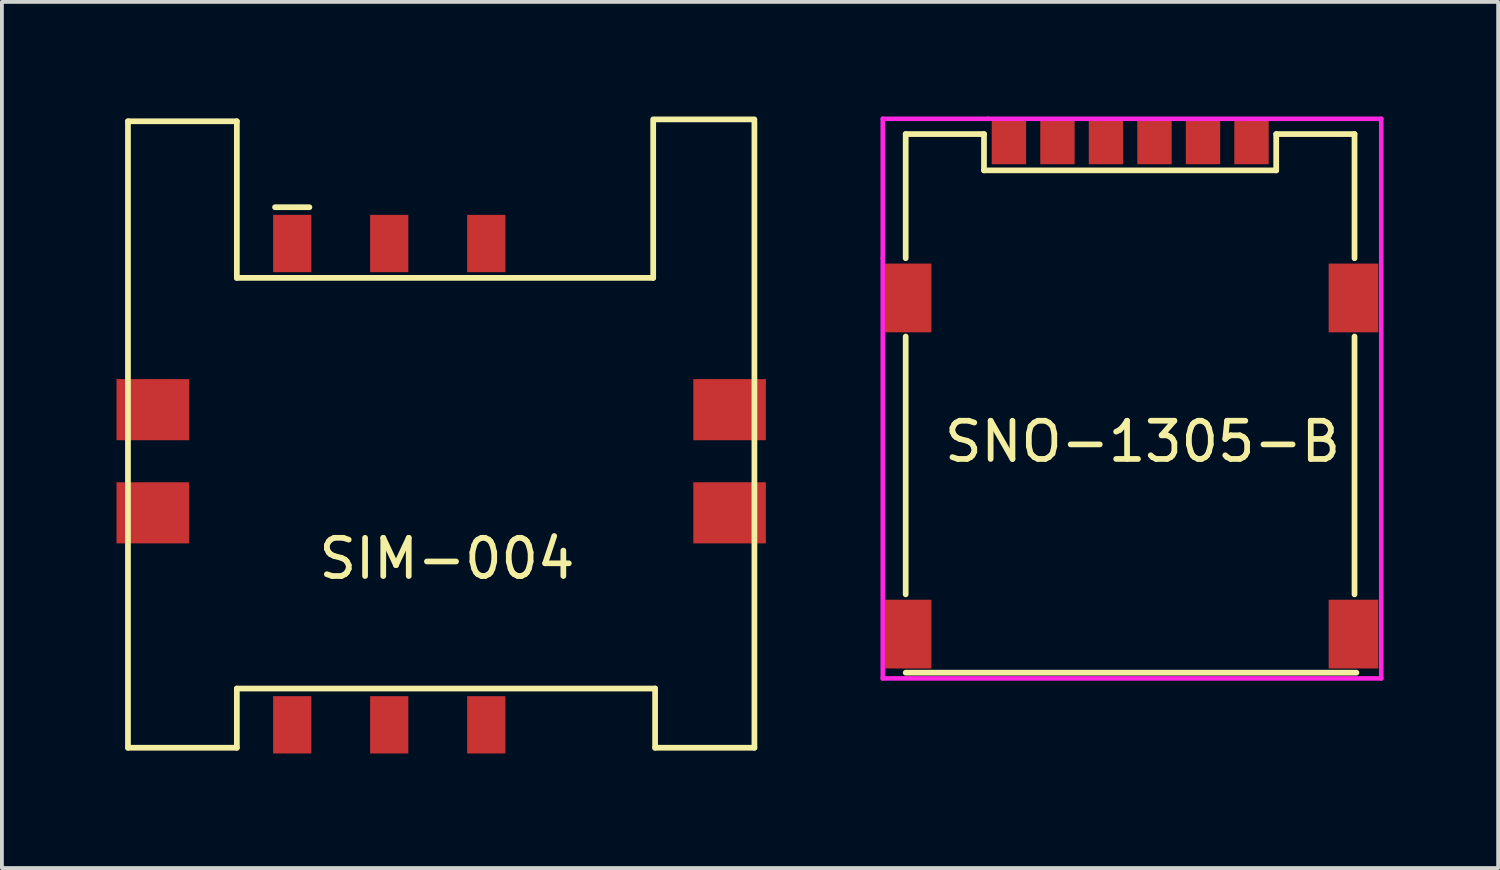
<source format=kicad_pcb>
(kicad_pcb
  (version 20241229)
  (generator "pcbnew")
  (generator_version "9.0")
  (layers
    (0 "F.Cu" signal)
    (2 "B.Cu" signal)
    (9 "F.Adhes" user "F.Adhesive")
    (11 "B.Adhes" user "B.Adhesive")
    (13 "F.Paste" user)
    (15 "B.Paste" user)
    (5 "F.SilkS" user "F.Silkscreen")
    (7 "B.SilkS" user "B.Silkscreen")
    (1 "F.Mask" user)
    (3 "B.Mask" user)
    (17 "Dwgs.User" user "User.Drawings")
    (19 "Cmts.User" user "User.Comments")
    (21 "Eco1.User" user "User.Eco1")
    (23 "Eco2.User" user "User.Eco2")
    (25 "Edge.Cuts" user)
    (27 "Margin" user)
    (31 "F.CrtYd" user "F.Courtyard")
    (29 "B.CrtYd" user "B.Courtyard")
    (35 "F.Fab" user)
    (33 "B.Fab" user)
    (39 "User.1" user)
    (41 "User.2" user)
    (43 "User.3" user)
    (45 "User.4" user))
  (footprint "SNO-1305-B"
    (layer "F.Cu")
    (at 26.51 7.96)
    (property "Reference" "SNO-1305-B" (at 0.35 0.55 0) (layer "F.SilkS") (effects (font (size 1 1) (thickness 0.15))))
    (attr through_hole)
    (fp_line (start -5.85 -7.5) (end -5.85 -4.25) (stroke (width 0.15) (type solid)) (layer "F.SilkS"))
    (fp_line (start -5.85 -2.2) (end -5.85 4.55) (stroke (width 0.15) (type solid)) (layer "F.SilkS"))
    (fp_line (start -3.8 -7.5) (end -5.85 -7.5) (stroke (width 0.15) (type solid)) (layer "F.SilkS"))
    (fp_line (start -3.8 -6.55) (end -3.8 -7.5) (stroke (width 0.15) (type solid)) (layer "F.SilkS"))
    (fp_line (start 3.85 -7.5) (end 3.85 -6.55) (stroke (width 0.15) (type solid)) (layer "F.SilkS"))
    (fp_line (start 3.85 -6.55) (end -3.8 -6.55) (stroke (width 0.15) (type solid)) (layer "F.SilkS"))
    (fp_line (start 5.9 -7.5) (end 3.85 -7.5) (stroke (width 0.15) (type solid)) (layer "F.SilkS"))
    (fp_line (start 5.9 -7.5) (end 5.9 -4.25) (stroke (width 0.15) (type solid)) (layer "F.SilkS"))
    (fp_line (start 5.9 -2.2) (end 5.9 4.55) (stroke (width 0.15) (type solid)) (layer "F.SilkS"))
    (fp_line (start 5.95 6.6) (end -5.85 6.6) (stroke (width 0.15) (type solid)) (layer "F.SilkS"))
    (fp_line (start -6.45 -7.9) (end -6.45 -4.25) (stroke (width 0.12) (type solid)) (layer "F.CrtYd"))
    (fp_line (start -6.45 -4.25) (end -6.45 6.75) (stroke (width 0.12) (type solid)) (layer "F.CrtYd"))
    (fp_line (start -6.45 6.75) (end 6.6 6.75) (stroke (width 0.12) (type solid)) (layer "F.CrtYd"))
    (fp_line (start -3.7 -7.9) (end -6.45 -7.9) (stroke (width 0.12) (type solid)) (layer "F.CrtYd"))
    (fp_line (start 6.6 -7.9) (end -3.7 -7.9) (stroke (width 0.12) (type solid)) (layer "F.CrtYd"))
    (fp_line (start 6.6 6.75) (end 6.6 -7.9) (stroke (width 0.12) (type solid)) (layer "F.CrtYd"))
    (pad "" smd rect (at -5.827 -3.21) (size 1.3 1.8) (layers "F.Cu" "F.Mask" "F.Paste"))
    (pad "" smd rect (at -5.827 5.59) (size 1.3 1.8) (layers "F.Cu" "F.Mask" "F.Paste"))
    (pad "" smd rect (at 5.873 -3.21) (size 1.3 1.8) (layers "F.Cu" "F.Mask" "F.Paste"))
    (pad "" smd rect (at 5.873 5.59) (size 1.3 1.8) (layers "F.Cu" "F.Mask" "F.Paste"))
    (pad "1" smd rect (at -3.147 -7.31) (size 0.9 1.2) (layers "F.Cu" "F.Mask" "F.Paste"))
    (pad "2" smd rect (at -0.607 -7.31) (size 0.9 1.2) (layers "F.Cu" "F.Mask" "F.Paste"))
    (pad "3" smd rect (at 1.933 -7.31) (size 0.9 1.2) (layers "F.Cu" "F.Mask" "F.Paste"))
    (pad "5" smd rect (at -1.877 -7.31) (size 0.9 1.2) (layers "F.Cu" "F.Mask" "F.Paste"))
    (pad "6" smd rect (at 0.663 -7.31) (size 0.9 1.2) (layers "F.Cu" "F.Mask" "F.Paste"))
    (pad "7" smd rect (at 3.203 -7.31) (size 0.9 1.2) (layers "F.Cu" "F.Mask" "F.Paste")))
  (footprint "SIM-004"
    (layer "F.Cu")
    (at 8.35 9.025)
    (property "Reference" "SIM-004" (at 0.3 2.55 0) (layer "F.SilkS") (effects (font (size 1 1) (thickness 0.15))))
    (attr through_hole)
    (fp_line (start -8.05 -8.9) (end -8.05 7.5) (stroke (width 0.15) (type solid)) (layer "F.SilkS"))
    (fp_line (start -8.05 7.5) (end -5.2 7.5) (stroke (width 0.15) (type solid)) (layer "F.SilkS"))
    (fp_line (start -5.2 -8.9) (end -8.05 -8.9) (stroke (width 0.15) (type solid)) (layer "F.SilkS"))
    (fp_line (start -5.2 -8.9) (end -5.2 -4.8) (stroke (width 0.15) (type solid)) (layer "F.SilkS"))
    (fp_line (start -5.2 -4.8) (end 5.7 -4.8) (stroke (width 0.15) (type solid)) (layer "F.SilkS"))
    (fp_line (start -5.2 5.95) (end 5.75 5.95) (stroke (width 0.15) (type solid)) (layer "F.SilkS"))
    (fp_line (start -5.2 7.5) (end -5.2 5.95) (stroke (width 0.15) (type solid)) (layer "F.SilkS"))
    (fp_line (start -4.2 -6.65) (end -3.3 -6.65) (stroke (width 0.15) (type solid)) (layer "F.SilkS"))
    (fp_line (start 5.7 -4.8) (end 5.7 -8.9) (stroke (width 0.15) (type solid)) (layer "F.SilkS"))
    (fp_line (start 5.75 5.95) (end 5.75 7.5) (stroke (width 0.15) (type solid)) (layer "F.SilkS"))
    (fp_line (start 8.35 -8.95) (end 5.7 -8.95) (stroke (width 0.15) (type solid)) (layer "F.SilkS"))
    (fp_line (start 8.35 7.5) (end 5.75 7.5) (stroke (width 0.15) (type solid)) (layer "F.SilkS"))
    (fp_line (start 8.35 7.5) (end 8.35 -8.9) (stroke (width 0.15) (type solid)) (layer "F.SilkS"))
    (pad "" smd rect (at -7.4 -1.35) (size 1.9 1.6) (layers "F.Cu" "F.Mask" "F.Paste"))
    (pad "" smd rect (at -7.4 1.35) (size 1.9 1.6) (layers "F.Cu" "F.Mask" "F.Paste"))
    (pad "" smd rect (at 7.7 -1.35) (size 1.9 1.6) (layers "F.Cu" "F.Mask" "F.Paste"))
    (pad "" smd rect (at 7.7 1.35) (size 1.9 1.6) (layers "F.Cu" "F.Mask" "F.Paste"))
    (pad "1" smd rect (at -3.75 -5.7) (size 1 1.5) (layers "F.Cu" "F.Mask" "F.Paste"))
    (pad "2" smd rect (at -1.21 -5.7) (size 1 1.5) (layers "F.Cu" "F.Mask" "F.Paste"))
    (pad "3" smd rect (at 1.33 -5.7) (size 1 1.5) (layers "F.Cu" "F.Mask" "F.Paste"))
    (pad "5" smd rect (at -3.75 6.9) (size 1 1.5) (layers "F.Cu" "F.Mask" "F.Paste"))
    (pad "6" smd rect (at -1.21 6.9) (size 1 1.5) (layers "F.Cu" "F.Mask" "F.Paste"))
    (pad "7" smd rect (at 1.33 6.9) (size 1 1.5) (layers "F.Cu" "F.Mask" "F.Paste")))
  (gr_rect
    (start -3 -3)
    (end 36.17 19.675)
    (stroke (width 0.1) (type default))
    (fill no)
    (layer "Edge.Cuts")))
</source>
